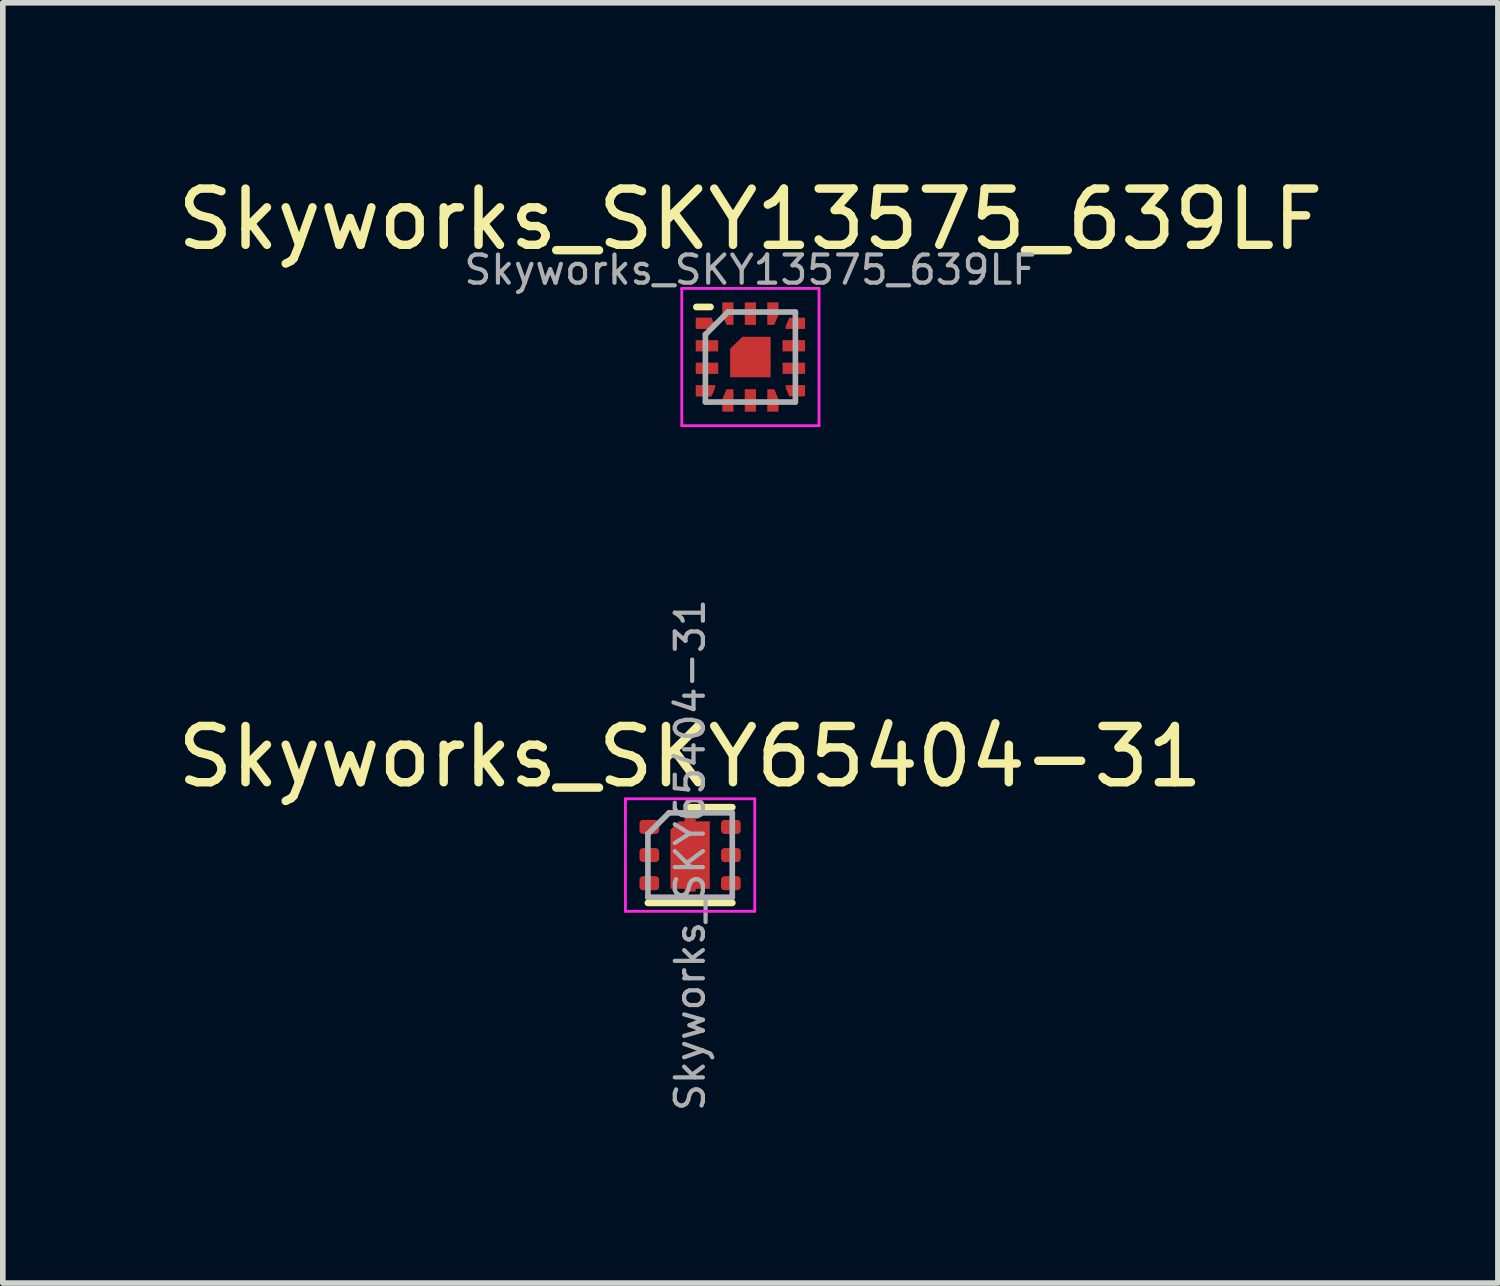
<source format=kicad_pcb>
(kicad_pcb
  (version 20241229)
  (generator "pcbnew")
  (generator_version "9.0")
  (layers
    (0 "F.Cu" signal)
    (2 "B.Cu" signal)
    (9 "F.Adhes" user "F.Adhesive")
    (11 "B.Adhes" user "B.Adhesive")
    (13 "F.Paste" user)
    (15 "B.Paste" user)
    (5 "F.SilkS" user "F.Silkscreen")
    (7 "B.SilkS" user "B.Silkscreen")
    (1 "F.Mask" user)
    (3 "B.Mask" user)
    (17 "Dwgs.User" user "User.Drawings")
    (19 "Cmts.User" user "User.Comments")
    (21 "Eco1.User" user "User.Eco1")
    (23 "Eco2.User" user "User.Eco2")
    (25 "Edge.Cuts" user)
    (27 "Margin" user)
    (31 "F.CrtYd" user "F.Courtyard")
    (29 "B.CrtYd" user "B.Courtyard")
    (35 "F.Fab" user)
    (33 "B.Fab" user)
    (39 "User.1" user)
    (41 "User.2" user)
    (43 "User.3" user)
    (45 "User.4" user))
  (footprint "Skyworks_SKY65404-31"
    (layer "F.Cu")
    (at 9.22 12.153)
    (property "Reference" "Skyworks_SKY65404-31" (at 0 -1.75 0) (layer "F.SilkS") (effects (font (size 1 1) (thickness 0.15))))
    (attr smd)
    (fp_line (start -0.75 0.85) (end 0.75 0.85) (stroke (width 0.12) (type solid)) (layer "F.SilkS"))
    (fp_line (start 0 -0.85) (end 0.75 -0.85) (stroke (width 0.12) (type solid)) (layer "F.SilkS"))
    (fp_line (start -1.15 -1) (end 1.15 -1) (stroke (width 0.05) (type solid)) (layer "F.CrtYd"))
    (fp_line (start -1.15 1) (end -1.15 -1) (stroke (width 0.05) (type solid)) (layer "F.CrtYd"))
    (fp_line (start 1.15 -1) (end 1.15 1) (stroke (width 0.05) (type solid)) (layer "F.CrtYd"))
    (fp_line (start 1.15 1) (end -1.15 1) (stroke (width 0.05) (type solid)) (layer "F.CrtYd"))
    (fp_line (start -0.75 -0.375) (end -0.375 -0.75) (stroke (width 0.1) (type solid)) (layer "F.Fab"))
    (fp_line (start -0.75 0.75) (end -0.75 -0.375) (stroke (width 0.1) (type solid)) (layer "F.Fab"))
    (fp_line (start -0.375 -0.75) (end 0.75 -0.75) (stroke (width 0.1) (type solid)) (layer "F.Fab"))
    (fp_line (start 0.75 -0.75) (end 0.75 0.75) (stroke (width 0.1) (type solid)) (layer "F.Fab"))
    (fp_line (start 0.75 0.75) (end -0.75 0.75) (stroke (width 0.1) (type solid)) (layer "F.Fab"))
    (fp_text user "${REFERENCE}" (at 0 0 270) (layer "F.Fab") (effects (font (size 0.5 0.5) (thickness 0.075))))
    (pad "1" smd roundrect (at -0.725 -0.5) (size 0.35 0.25) (layers "F.Cu" "F.Mask" "F.Paste") (roundrect_rratio 0.25))
    (pad "2" smd roundrect (at -0.725 0) (size 0.35 0.25) (layers "F.Cu" "F.Mask" "F.Paste") (roundrect_rratio 0.25))
    (pad "3" smd roundrect (at -0.725 0.5) (size 0.35 0.25) (layers "F.Cu" "F.Mask" "F.Paste") (roundrect_rratio 0.25))
    (pad "4" smd roundrect (at 0.725 0.5) (size 0.35 0.25) (layers "F.Cu" "F.Mask" "F.Paste") (roundrect_rratio 0.25))
    (pad "5" smd roundrect (at 0.725 0) (size 0.35 0.25) (layers "F.Cu" "F.Mask" "F.Paste") (roundrect_rratio 0.25))
    (pad "6" smd roundrect (at 0.725 -0.5) (size 0.35 0.25) (layers "F.Cu" "F.Mask" "F.Paste") (roundrect_rratio 0.25))
    (pad "7" smd custom (at 0 0) (size 0.35 0.25) (layers "F.Cu" "F.Mask" "F.Paste") (options (anchor rect)) (primitives (gr_poly (pts (xy 0.1 -0.6) (xy 0.35 -0.6) (xy 0.35 0.6) (xy 0.1 0.6) (xy 0.1 0.65) (xy -0.1 0.65) (xy -0.1 0.6) (xy -0.35 0.6) (xy -0.35 -0.45) (xy -0.2 -0.6) (xy -0.1 -0.6) (xy -0.1 -0.65) (xy 0.1 -0.65)) (width 0) (fill yes)))))
  (footprint "Skyworks_SKY13575_639LF"
    (layer "F.Cu")
    (at 10.292 3.298)
    (property "Reference" "Skyworks_SKY13575_639LF" (at 0 -2.45 0) (layer "F.SilkS") (effects (font (size 1 1) (thickness 0.15))))
    (attr smd)
    (fp_line (start -0.96 -0.89) (end -0.71 -0.89) (stroke (width 0.12) (type solid)) (layer "F.SilkS"))
    (fp_line (start -1.22 -1.22) (end -1.22 1.22) (stroke (width 0.05) (type solid)) (layer "F.CrtYd"))
    (fp_line (start -1.22 1.22) (end 1.22 1.22) (stroke (width 0.05) (type solid)) (layer "F.CrtYd"))
    (fp_line (start 1.22 -1.22) (end -1.22 -1.22) (stroke (width 0.05) (type solid)) (layer "F.CrtYd"))
    (fp_line (start 1.22 1.22) (end 1.22 -1.22) (stroke (width 0.05) (type solid)) (layer "F.CrtYd"))
    (fp_line (start -0.8 -0.4) (end -0.8 0.8) (stroke (width 0.1) (type solid)) (layer "F.Fab"))
    (fp_line (start -0.8 0.8) (end 0.8 0.8) (stroke (width 0.1) (type solid)) (layer "F.Fab"))
    (fp_line (start -0.4 -0.8) (end -0.8 -0.4) (stroke (width 0.1) (type solid)) (layer "F.Fab"))
    (fp_line (start 0.8 -0.8) (end -0.4 -0.8) (stroke (width 0.1) (type solid)) (layer "F.Fab"))
    (fp_line (start 0.8 0.8) (end 0.8 -0.8) (stroke (width 0.1) (type solid)) (layer "F.Fab"))
    (fp_text user "${REFERENCE}" (at 0 -1.55 0) (layer "F.Fab") (effects (font (size 0.5 0.5) (thickness 0.075))))
    (pad "" smd rect (at -0.185 0.185) (size 0.29 0.29) (layers "F.Paste"))
    (pad "" smd custom (at -0.17 -0.17) (size 0.1 0.1) (layers "F.Paste") (options (anchor rect)) (primitives (gr_poly (pts (xy 0.13 0.13) (xy -0.16 0.13) (xy -0.16 0.03) (xy 0.04 -0.16) (xy 0.13 -0.16)) (width 0) (fill yes))))
    (pad "" smd rect (at 0.185 -0.185) (size 0.29 0.29) (layers "F.Paste"))
    (pad "" smd rect (at 0.185 0.185) (size 0.29 0.29) (layers "F.Paste"))
    (pad "1" smd custom (at -0.866 -0.601) (size 0.2 0.2) (layers "F.Cu" "F.Mask" "F.Paste") (options (anchor rect)) (primitives (gr_poly (pts (xy 0.239 0.053) (xy 0.239 0.101) (xy -0.106 0.101) (xy -0.106 -0.099) (xy 0.175 -0.099)) (width 0) (fill yes))))
    (pad "2" smd rect (at -0.772 -0.2) (size 0.4 0.2) (layers "F.Cu" "F.Mask" "F.Paste"))
    (pad "3" smd rect (at -0.772 0.2) (size 0.4 0.2) (layers "F.Cu" "F.Mask" "F.Paste"))
    (pad "4" smd custom (at -0.866 0.602) (size 0.2 0.2) (layers "F.Cu" "F.Mask" "F.Paste") (options (anchor rect)) (primitives (gr_poly (pts (xy 0.239 -0.054) (xy 0.175 0.098) (xy -0.106 0.098) (xy -0.106 -0.102) (xy 0.239 -0.102)) (width 0) (fill yes))))
    (pad "5" smd custom (at -0.4 0.871) (size 0.19 0.2) (layers "F.Cu" "F.Mask" "F.Paste") (options (anchor rect)) (primitives (gr_poly (pts (xy 0.1 0.101) (xy -0.1 0.101) (xy -0.1 -0.119) (xy -0.025 -0.299) (xy 0.1 -0.299)) (width 0) (fill yes))))
    (pad "6" smd rect (at 0 0.772 90) (size 0.4 0.2) (layers "F.Cu" "F.Mask" "F.Paste"))
    (pad "7" smd custom (at 0.4 0.87) (size 0.19 0.2) (layers "F.Cu" "F.Mask" "F.Paste") (options (anchor rect)) (primitives (gr_poly (pts (xy 0.1 -0.118) (xy 0.1 0.102) (xy -0.1 0.102) (xy -0.1 -0.298) (xy 0.025 -0.298)) (width 0) (fill yes))))
    (pad "8" smd custom (at 0.871 0.6) (size 0.2 0.2) (layers "F.Cu" "F.Mask" "F.Paste") (options (anchor rect)) (primitives (gr_poly (pts (xy 0.101 0.1) (xy -0.18 0.1) (xy -0.244 -0.052) (xy -0.244 -0.1) (xy 0.101 -0.1)) (width 0) (fill yes))))
    (pad "9" smd rect (at 0.772 0.2) (size 0.4 0.2) (layers "F.Cu" "F.Mask" "F.Paste"))
    (pad "10" smd rect (at 0.772 -0.2) (size 0.4 0.2) (layers "F.Cu" "F.Mask" "F.Paste"))
    (pad "11" smd custom (at 0.872 -0.6) (size 0.2 0.2) (layers "F.Cu" "F.Mask" "F.Paste") (options (anchor rect)) (primitives (gr_poly (pts (xy 0.1 0.1) (xy -0.245 0.1) (xy -0.245 0.052) (xy -0.181 -0.1) (xy 0.1 -0.1)) (width 0) (fill yes))))
    (pad "12" smd custom (at 0.398 -0.87) (size 0.19 0.2) (layers "F.Cu" "F.Mask" "F.Paste") (options (anchor rect)) (primitives (gr_poly (pts (xy 0.102 0.118) (xy 0.027 0.298) (xy -0.098 0.298) (xy -0.098 -0.102) (xy 0.102 -0.102)) (width 0) (fill yes))))
    (pad "13" smd rect (at 0 -0.772 90) (size 0.4 0.2) (layers "F.Cu" "F.Mask" "F.Paste"))
    (pad "14" smd custom (at -0.4 -0.869) (size 0.19 0.2) (layers "F.Cu" "F.Mask" "F.Paste") (options (anchor rect)) (primitives (gr_poly (pts (xy 0.1 0.297) (xy -0.025 0.297) (xy -0.1 0.117) (xy -0.1 -0.103) (xy 0.1 -0.103)) (width 0) (fill yes))))
    (pad "15" smd custom (at 0 0) (size 0.29 0.29) (layers "F.Cu" "F.Mask") (options (anchor rect)) (primitives (gr_poly (pts (xy 0.36 0.36) (xy -0.36 0.36) (xy -0.36 -0.15) (xy -0.14 -0.36) (xy 0.36 -0.36)) (width 0) (fill yes)))))
  (gr_rect
    (start -3 -3)
    (end 23.583 19.763)
    (stroke (width 0.1) (type default))
    (fill no)
    (layer "Edge.Cuts")))
</source>
